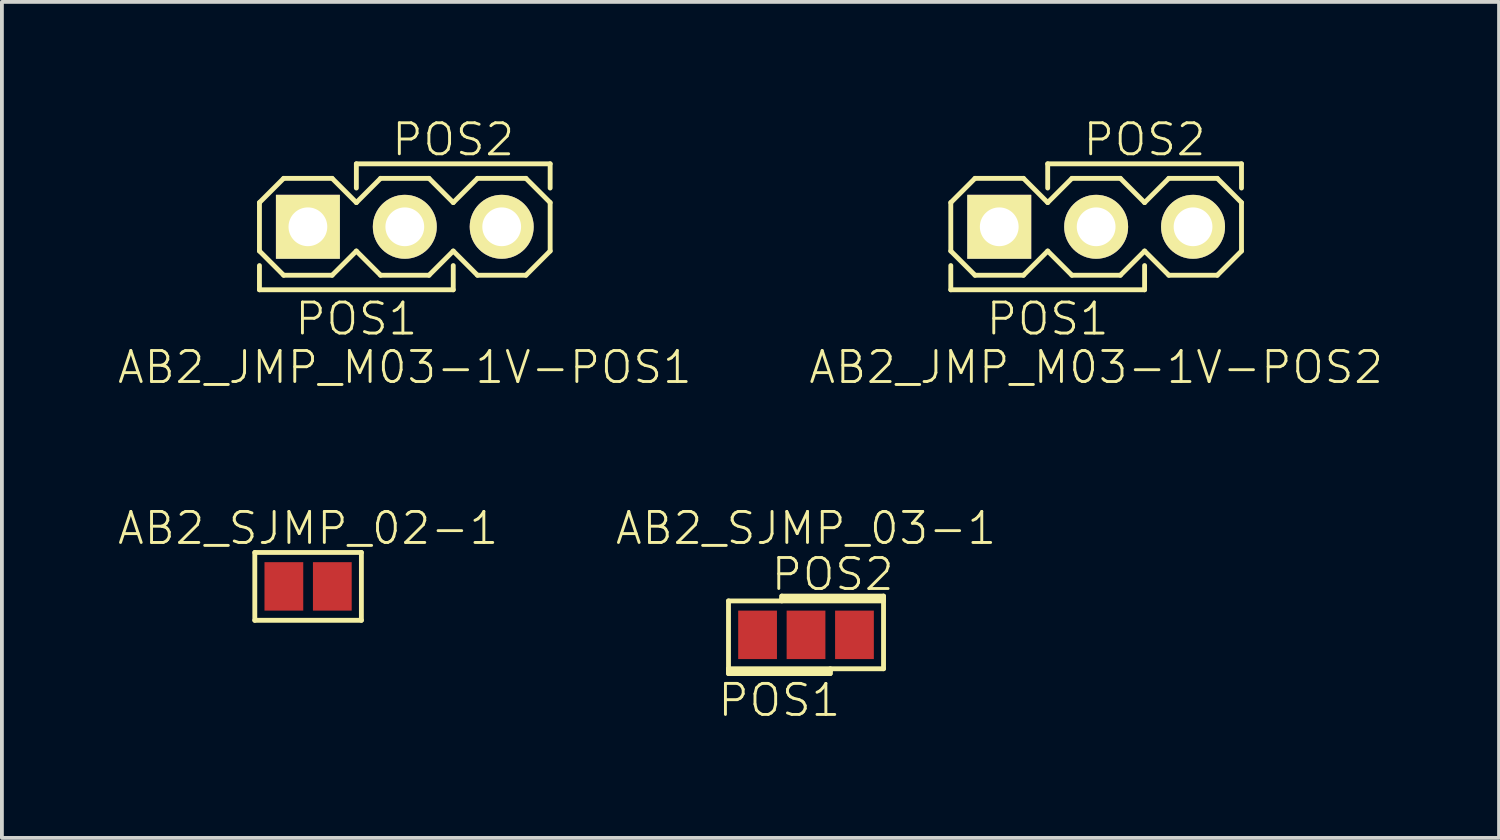
<source format=kicad_pcb>
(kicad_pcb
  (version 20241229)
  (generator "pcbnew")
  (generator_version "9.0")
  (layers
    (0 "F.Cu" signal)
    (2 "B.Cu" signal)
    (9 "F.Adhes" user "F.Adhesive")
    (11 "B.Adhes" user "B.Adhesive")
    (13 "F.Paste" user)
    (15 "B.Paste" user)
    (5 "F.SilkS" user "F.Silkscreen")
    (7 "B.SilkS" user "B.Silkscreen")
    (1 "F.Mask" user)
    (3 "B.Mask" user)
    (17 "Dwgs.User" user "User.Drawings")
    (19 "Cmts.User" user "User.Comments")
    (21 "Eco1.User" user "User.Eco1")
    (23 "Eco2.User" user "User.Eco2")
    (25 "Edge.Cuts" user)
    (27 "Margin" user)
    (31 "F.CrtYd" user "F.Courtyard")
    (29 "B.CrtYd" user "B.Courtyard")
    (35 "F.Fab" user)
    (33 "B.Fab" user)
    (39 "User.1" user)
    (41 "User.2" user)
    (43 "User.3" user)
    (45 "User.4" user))
  (footprint "AB2_JMP_M03-1V-POS2"
    (layer "F.Cu")
    (at 25.683 2.895)
    (property "Reference" "AB2_JMP_M03-1V-POS2" (at 0 3.683 0) (layer "F.SilkS") (effects (font (size 0.813 0.813) (thickness 0.076))))
    (attr through_hole)
    (fp_line (start -3.81 -0.635) (end -3.175 -1.27) (stroke (width 0.127) (type solid)) (layer "F.SilkS"))
    (fp_line (start -3.81 0.635) (end -3.81 -0.635) (stroke (width 0.127) (type solid)) (layer "F.SilkS"))
    (fp_line (start -3.81 1.016) (end -3.81 1.651) (stroke (width 0.127) (type solid)) (layer "F.SilkS"))
    (fp_line (start -3.81 1.651) (end 1.27 1.651) (stroke (width 0.127) (type solid)) (layer "F.SilkS"))
    (fp_line (start -3.175 -1.27) (end -1.905 -1.27) (stroke (width 0.127) (type solid)) (layer "F.SilkS"))
    (fp_line (start -3.175 1.27) (end -3.81 0.635) (stroke (width 0.127) (type solid)) (layer "F.SilkS"))
    (fp_line (start -1.905 -1.27) (end -1.27 -0.635) (stroke (width 0.127) (type solid)) (layer "F.SilkS"))
    (fp_line (start -1.905 1.27) (end -3.175 1.27) (stroke (width 0.127) (type solid)) (layer "F.SilkS"))
    (fp_line (start -1.27 -1.651) (end 3.81 -1.651) (stroke (width 0.127) (type solid)) (layer "F.SilkS"))
    (fp_line (start -1.27 -1.016) (end -1.27 -1.651) (stroke (width 0.127) (type solid)) (layer "F.SilkS"))
    (fp_line (start -1.27 -0.635) (end -0.635 -1.27) (stroke (width 0.127) (type solid)) (layer "F.SilkS"))
    (fp_line (start -1.27 0.635) (end -1.905 1.27) (stroke (width 0.127) (type solid)) (layer "F.SilkS"))
    (fp_line (start -0.635 -1.27) (end 0.635 -1.27) (stroke (width 0.127) (type solid)) (layer "F.SilkS"))
    (fp_line (start -0.635 1.27) (end -1.27 0.635) (stroke (width 0.127) (type solid)) (layer "F.SilkS"))
    (fp_line (start 0.635 -1.27) (end 1.27 -0.635) (stroke (width 0.127) (type solid)) (layer "F.SilkS"))
    (fp_line (start 0.635 1.27) (end -0.635 1.27) (stroke (width 0.127) (type solid)) (layer "F.SilkS"))
    (fp_line (start 1.27 -0.635) (end 1.905 -1.27) (stroke (width 0.127) (type solid)) (layer "F.SilkS"))
    (fp_line (start 1.27 0.635) (end 0.635 1.27) (stroke (width 0.127) (type solid)) (layer "F.SilkS"))
    (fp_line (start 1.27 1.651) (end 1.27 1.016) (stroke (width 0.127) (type solid)) (layer "F.SilkS"))
    (fp_line (start 1.905 -1.27) (end 3.175 -1.27) (stroke (width 0.127) (type solid)) (layer "F.SilkS"))
    (fp_line (start 1.905 1.27) (end 1.27 0.635) (stroke (width 0.127) (type solid)) (layer "F.SilkS"))
    (fp_line (start 3.175 -1.27) (end 3.81 -0.635) (stroke (width 0.127) (type solid)) (layer "F.SilkS"))
    (fp_line (start 3.175 1.27) (end 1.905 1.27) (stroke (width 0.127) (type solid)) (layer "F.SilkS"))
    (fp_line (start 3.81 -1.651) (end 3.81 -1.016) (stroke (width 0.127) (type solid)) (layer "F.SilkS"))
    (fp_line (start 3.81 -0.635) (end 3.81 0.635) (stroke (width 0.127) (type solid)) (layer "F.SilkS"))
    (fp_line (start 3.81 0.635) (end 3.175 1.27) (stroke (width 0.127) (type solid)) (layer "F.SilkS"))
    (fp_text user "POS1" (at -1.27 2.413 0) (layer "F.SilkS") (effects (font (size 0.813 0.813) (thickness 0.076))))
    (fp_text user "POS2" (at 1.27 -2.286 0) (layer "F.SilkS") (effects (font (size 0.813 0.813) (thickness 0.076))))
    (pad "1" thru_hole rect (at -2.54 0) (size 1.676 1.676) (drill 1.016) (layers "*.Cu" "*.Mask" "F.SilkS"))
    (pad "2" thru_hole circle (at 0 0) (size 1.676 1.676) (drill 1.016) (layers "*.Cu" "*.Mask" "F.SilkS"))
    (pad "3" thru_hole circle (at 2.54 0) (size 1.676 1.676) (drill 1.016) (layers "*.Cu" "*.Mask" "F.SilkS")))
  (footprint "AB2_JMP_M03-1V-POS1"
    (layer "F.Cu")
    (at 7.561 2.895)
    (property "Reference" "AB2_JMP_M03-1V-POS1" (at 0 3.683 0) (layer "F.SilkS") (effects (font (size 0.813 0.813) (thickness 0.076))))
    (attr through_hole)
    (fp_line (start -3.81 -0.635) (end -3.175 -1.27) (stroke (width 0.127) (type solid)) (layer "F.SilkS"))
    (fp_line (start -3.81 0.635) (end -3.81 -0.635) (stroke (width 0.127) (type solid)) (layer "F.SilkS"))
    (fp_line (start -3.81 1.016) (end -3.81 1.651) (stroke (width 0.127) (type solid)) (layer "F.SilkS"))
    (fp_line (start -3.81 1.651) (end 1.27 1.651) (stroke (width 0.127) (type solid)) (layer "F.SilkS"))
    (fp_line (start -3.175 -1.27) (end -1.905 -1.27) (stroke (width 0.127) (type solid)) (layer "F.SilkS"))
    (fp_line (start -3.175 1.27) (end -3.81 0.635) (stroke (width 0.127) (type solid)) (layer "F.SilkS"))
    (fp_line (start -1.905 -1.27) (end -1.27 -0.635) (stroke (width 0.127) (type solid)) (layer "F.SilkS"))
    (fp_line (start -1.905 1.27) (end -3.175 1.27) (stroke (width 0.127) (type solid)) (layer "F.SilkS"))
    (fp_line (start -1.27 -1.651) (end 3.81 -1.651) (stroke (width 0.127) (type solid)) (layer "F.SilkS"))
    (fp_line (start -1.27 -1.016) (end -1.27 -1.651) (stroke (width 0.127) (type solid)) (layer "F.SilkS"))
    (fp_line (start -1.27 -0.635) (end -0.635 -1.27) (stroke (width 0.127) (type solid)) (layer "F.SilkS"))
    (fp_line (start -1.27 0.635) (end -1.905 1.27) (stroke (width 0.127) (type solid)) (layer "F.SilkS"))
    (fp_line (start -0.635 -1.27) (end 0.635 -1.27) (stroke (width 0.127) (type solid)) (layer "F.SilkS"))
    (fp_line (start -0.635 1.27) (end -1.27 0.635) (stroke (width 0.127) (type solid)) (layer "F.SilkS"))
    (fp_line (start 0.635 -1.27) (end 1.27 -0.635) (stroke (width 0.127) (type solid)) (layer "F.SilkS"))
    (fp_line (start 0.635 1.27) (end -0.635 1.27) (stroke (width 0.127) (type solid)) (layer "F.SilkS"))
    (fp_line (start 1.27 -0.635) (end 1.905 -1.27) (stroke (width 0.127) (type solid)) (layer "F.SilkS"))
    (fp_line (start 1.27 0.635) (end 0.635 1.27) (stroke (width 0.127) (type solid)) (layer "F.SilkS"))
    (fp_line (start 1.27 1.651) (end 1.27 1.016) (stroke (width 0.127) (type solid)) (layer "F.SilkS"))
    (fp_line (start 1.905 -1.27) (end 3.175 -1.27) (stroke (width 0.127) (type solid)) (layer "F.SilkS"))
    (fp_line (start 1.905 1.27) (end 1.27 0.635) (stroke (width 0.127) (type solid)) (layer "F.SilkS"))
    (fp_line (start 3.175 -1.27) (end 3.81 -0.635) (stroke (width 0.127) (type solid)) (layer "F.SilkS"))
    (fp_line (start 3.175 1.27) (end 1.905 1.27) (stroke (width 0.127) (type solid)) (layer "F.SilkS"))
    (fp_line (start 3.81 -1.651) (end 3.81 -1.016) (stroke (width 0.127) (type solid)) (layer "F.SilkS"))
    (fp_line (start 3.81 -0.635) (end 3.81 0.635) (stroke (width 0.127) (type solid)) (layer "F.SilkS"))
    (fp_line (start 3.81 0.635) (end 3.175 1.27) (stroke (width 0.127) (type solid)) (layer "F.SilkS"))
    (fp_text user "POS1" (at -1.27 2.413 0) (layer "F.SilkS") (effects (font (size 0.813 0.813) (thickness 0.076))))
    (fp_text user "POS2" (at 1.27 -2.286 0) (layer "F.SilkS") (effects (font (size 0.813 0.813) (thickness 0.076))))
    (pad "1" thru_hole rect (at -2.54 0) (size 1.676 1.676) (drill 1.016) (layers "*.Cu" "*.Mask" "F.SilkS"))
    (pad "2" thru_hole circle (at 0 0) (size 1.676 1.676) (drill 1.016) (layers "*.Cu" "*.Mask" "F.SilkS"))
    (pad "3" thru_hole circle (at 2.54 0) (size 1.676 1.676) (drill 1.016) (layers "*.Cu" "*.Mask" "F.SilkS")))
  (footprint "AB2_SJMP_02-1"
    (layer "F.Cu")
    (at 5.026 12.321)
    (property "Reference" "AB2_SJMP_02-1" (at 0 -1.524 0) (layer "F.SilkS") (effects (font (size 0.813 0.813) (thickness 0.076))))
    (attr through_hole)
    (fp_line (start -1.397 -0.889) (end 1.397 -0.889) (stroke (width 0.127) (type solid)) (layer "F.SilkS"))
    (fp_line (start -1.397 0.889) (end -1.397 -0.889) (stroke (width 0.127) (type solid)) (layer "F.SilkS"))
    (fp_line (start -1.397 0.889) (end 1.397 0.889) (stroke (width 0.127) (type solid)) (layer "F.SilkS"))
    (fp_line (start 1.397 -0.889) (end 1.397 0.889) (stroke (width 0.127) (type solid)) (layer "F.SilkS"))
    (pad "1" smd rect (at -0.635 0 180) (size 1.016 1.27) (layers "F.Cu" "F.Mask" "F.Paste"))
    (pad "2" smd rect (at 0.635 0 180) (size 1.016 1.27) (layers "F.Cu" "F.Mask" "F.Paste")))
  (footprint "AB2_SJMP_03-1"
    (layer "F.Cu")
    (at 18.078 13.591)
    (property "Reference" "AB2_SJMP_03-1" (at 0 -2.794 0) (layer "F.SilkS") (effects (font (size 0.813 0.813) (thickness 0.076))))
    (attr through_hole)
    (fp_line (start -2.032 -0.889) (end 2.032 -0.889) (stroke (width 0.127) (type solid)) (layer "F.SilkS"))
    (fp_line (start -2.032 0.889) (end -2.032 -0.889) (stroke (width 0.127) (type solid)) (layer "F.SilkS"))
    (fp_line (start -2.032 0.889) (end -2.032 0.953) (stroke (width 0.127) (type solid)) (layer "F.SilkS"))
    (fp_line (start -2.032 0.953) (end 0.635 0.953) (stroke (width 0.127) (type solid)) (layer "F.SilkS"))
    (fp_line (start -2.032 1.016) (end -2.032 0.953) (stroke (width 0.127) (type solid)) (layer "F.SilkS"))
    (fp_line (start -0.635 -1.016) (end -0.635 -0.953) (stroke (width 0.127) (type solid)) (layer "F.SilkS"))
    (fp_line (start -0.635 -0.953) (end 2.032 -0.953) (stroke (width 0.127) (type solid)) (layer "F.SilkS"))
    (fp_line (start -0.635 -0.889) (end -0.635 -0.953) (stroke (width 0.127) (type solid)) (layer "F.SilkS"))
    (fp_line (start 0.635 0.953) (end 0.635 0.889) (stroke (width 0.127) (type solid)) (layer "F.SilkS"))
    (fp_line (start 0.635 0.953) (end 0.635 1.016) (stroke (width 0.127) (type solid)) (layer "F.SilkS"))
    (fp_line (start 0.635 1.016) (end -2.032 1.016) (stroke (width 0.127) (type solid)) (layer "F.SilkS"))
    (fp_line (start 2.032 -1.016) (end -0.635 -1.016) (stroke (width 0.127) (type solid)) (layer "F.SilkS"))
    (fp_line (start 2.032 -0.953) (end 2.032 -1.016) (stroke (width 0.127) (type solid)) (layer "F.SilkS"))
    (fp_line (start 2.032 -0.953) (end 2.032 -0.889) (stroke (width 0.127) (type solid)) (layer "F.SilkS"))
    (fp_line (start 2.032 -0.889) (end 2.032 0.889) (stroke (width 0.127) (type solid)) (layer "F.SilkS"))
    (fp_line (start 2.032 0.889) (end -2.032 0.889) (stroke (width 0.127) (type solid)) (layer "F.SilkS"))
    (fp_text user "POS2" (at 0.699 -1.587 0) (layer "F.SilkS") (effects (font (size 0.813 0.813) (thickness 0.076))))
    (fp_text user "POS1" (at -0.699 1.714 0) (layer "F.SilkS") (effects (font (size 0.813 0.813) (thickness 0.076))))
    (pad "1" smd rect (at -1.27 0 180) (size 1.016 1.27) (layers "F.Cu" "F.Mask" "F.Paste"))
    (pad "2" smd rect (at 0 0 180) (size 1.016 1.27) (layers "F.Cu" "F.Mask" "F.Paste"))
    (pad "3" smd rect (at 1.27 0 180) (size 1.016 1.27) (layers "F.Cu" "F.Mask" "F.Paste")))
  (gr_rect
    (start -3 -3)
    (end 36.244 18.914)
    (stroke (width 0.1) (type default))
    (fill no)
    (layer "Edge.Cuts")))
</source>
